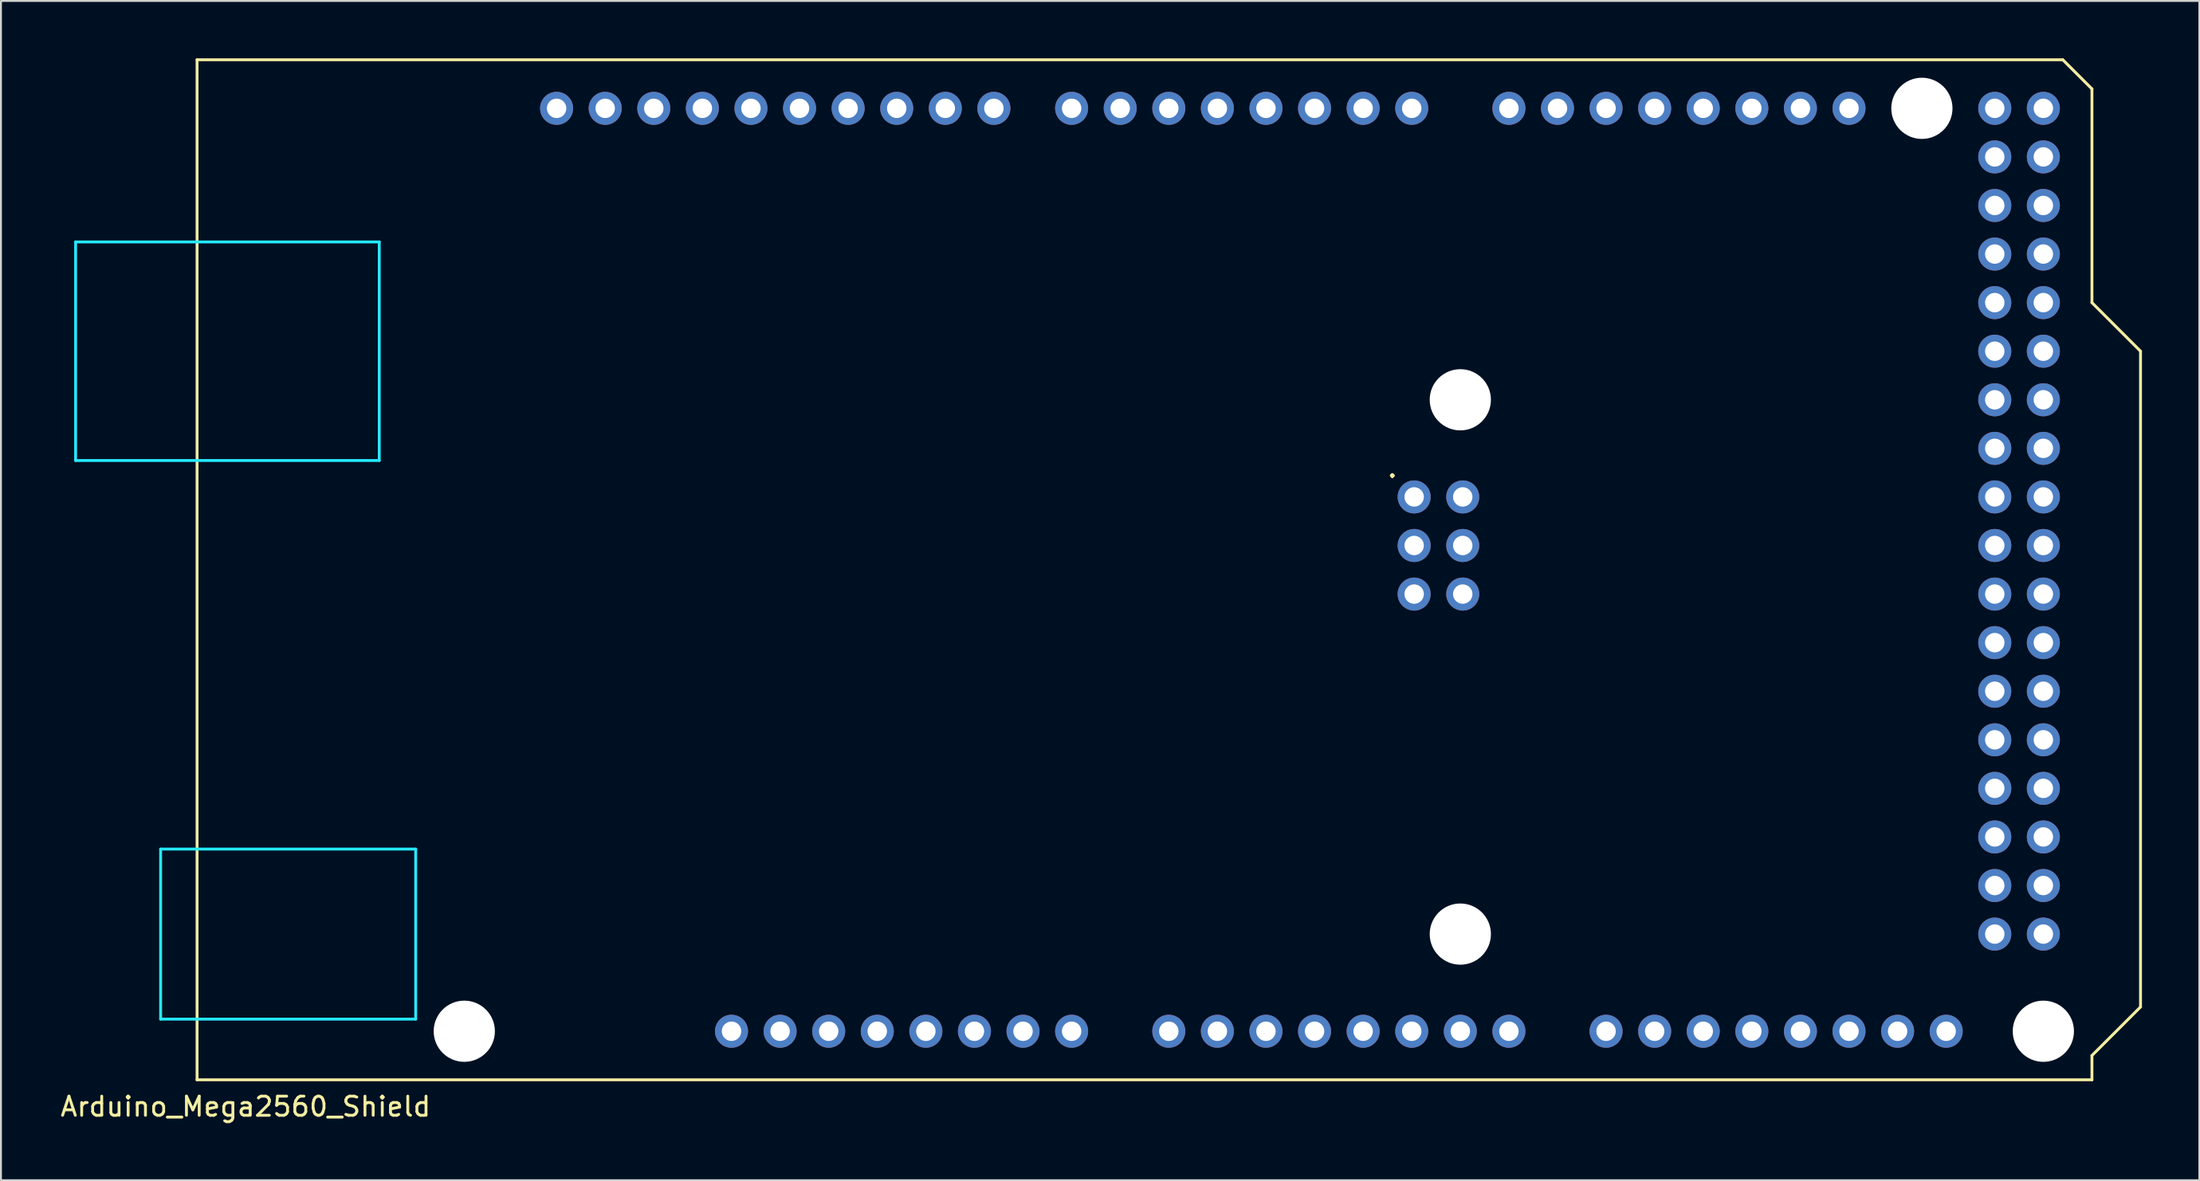
<source format=kicad_pcb>
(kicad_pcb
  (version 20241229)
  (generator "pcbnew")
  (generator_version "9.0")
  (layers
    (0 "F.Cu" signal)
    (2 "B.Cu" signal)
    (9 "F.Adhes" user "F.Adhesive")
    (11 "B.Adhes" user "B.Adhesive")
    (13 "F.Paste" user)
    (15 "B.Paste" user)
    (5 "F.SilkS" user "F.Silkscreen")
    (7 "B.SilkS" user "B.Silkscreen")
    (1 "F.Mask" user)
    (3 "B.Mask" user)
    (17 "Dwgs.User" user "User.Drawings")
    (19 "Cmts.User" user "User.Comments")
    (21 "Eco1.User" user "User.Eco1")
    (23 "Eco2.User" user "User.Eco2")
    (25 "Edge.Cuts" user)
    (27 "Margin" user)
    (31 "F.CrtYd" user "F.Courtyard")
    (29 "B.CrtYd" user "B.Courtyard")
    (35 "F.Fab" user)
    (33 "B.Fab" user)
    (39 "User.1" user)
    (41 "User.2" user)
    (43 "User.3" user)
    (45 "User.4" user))
  (footprint "Arduino_Mega2560_Shield"
    (layer "F.Cu")
    (at 7.252 53.415)
    (property "Reference" "Arduino_Mega2560_Shield" (at 2.54 1.4 0) (layer "F.SilkS") (effects (font (size 1 1) (thickness 0.15))))
    (attr through_hole)
    (fp_line (start 0 -53.34) (end 0 0) (stroke (width 0.15) (type solid)) (layer "F.SilkS"))
    (fp_line (start 0 -53.34) (end 97.536 -53.34) (stroke (width 0.15) (type solid)) (layer "F.SilkS"))
    (fp_line (start 0 0) (end 99.06 0) (stroke (width 0.15) (type solid)) (layer "F.SilkS"))
    (fp_line (start 97.536 -53.34) (end 99.06 -51.816) (stroke (width 0.15) (type solid)) (layer "F.SilkS"))
    (fp_line (start 99.06 -40.64) (end 99.06 -51.816) (stroke (width 0.15) (type solid)) (layer "F.SilkS"))
    (fp_line (start 99.06 -1.27) (end 101.6 -3.81) (stroke (width 0.15) (type solid)) (layer "F.SilkS"))
    (fp_line (start 99.06 0) (end 99.06 -1.27) (stroke (width 0.15) (type solid)) (layer "F.SilkS"))
    (fp_line (start 101.6 -38.1) (end 99.06 -40.64) (stroke (width 0.15) (type solid)) (layer "F.SilkS"))
    (fp_line (start 101.6 -3.81) (end 101.6 -38.1) (stroke (width 0.15) (type solid)) (layer "F.SilkS"))
    (fp_line (start -6.35 -43.815) (end -6.35 -32.385) (stroke (width 0.15) (type solid)) (layer "B.CrtYd"))
    (fp_line (start -1.905 -12.065) (end -1.905 -3.175) (stroke (width 0.15) (type solid)) (layer "B.CrtYd"))
    (fp_line (start -1.905 -12.065) (end 11.43 -12.065) (stroke (width 0.15) (type solid)) (layer "B.CrtYd"))
    (fp_line (start -1.905 -3.175) (end 11.43 -3.175) (stroke (width 0.15) (type solid)) (layer "B.CrtYd"))
    (fp_line (start 9.525 -43.815) (end -6.35 -43.815) (stroke (width 0.15) (type solid)) (layer "B.CrtYd"))
    (fp_line (start 9.525 -43.815) (end 9.525 -32.385) (stroke (width 0.15) (type solid)) (layer "B.CrtYd"))
    (fp_line (start 9.525 -32.385) (end -6.35 -32.385) (stroke (width 0.15) (type solid)) (layer "B.CrtYd"))
    (fp_line (start 11.43 -12.065) (end 11.43 -3.175) (stroke (width 0.15) (type solid)) (layer "B.CrtYd"))
    (fp_text user "." (at 62.484 -32.004 0) (layer "F.SilkS") (effects (font (size 1 1) (thickness 0.15))))
    (pad "" np_thru_hole circle (at 13.97 -2.54) (size 3.2 3.2) (drill 3.2) (layers "*.Cu" "*.Mask"))
    (pad "" thru_hole oval (at 27.94 -2.54) (size 1.727 1.727) (drill 1.016) (layers "*.Cu" "*.Mask"))
    (pad "" np_thru_hole circle (at 66.04 -35.56) (size 3.2 3.2) (drill 3.2) (layers "*.Cu" "*.Mask"))
    (pad "" np_thru_hole circle (at 66.04 -7.62) (size 3.2 3.2) (drill 3.2) (layers "*.Cu" "*.Mask"))
    (pad "" np_thru_hole circle (at 90.17 -50.8) (size 3.2 3.2) (drill 3.2) (layers "*.Cu" "*.Mask"))
    (pad "" np_thru_hole circle (at 96.52 -2.54) (size 3.2 3.2) (drill 3.2) (layers "*.Cu" "*.Mask"))
    (pad "3V3" thru_hole oval (at 35.56 -2.54) (size 1.727 1.727) (drill 1.016) (layers "*.Cu" "*.Mask"))
    (pad "5V1" thru_hole oval (at 38.1 -2.54) (size 1.727 1.727) (drill 1.016) (layers "*.Cu" "*.Mask"))
    (pad "5V2" thru_hole oval (at 66.167 -30.48) (size 1.727 1.727) (drill 1.016) (layers "*.Cu" "*.Mask"))
    (pad "5V3" thru_hole oval (at 93.98 -50.8) (size 1.727 1.727) (drill 1.016) (layers "*.Cu" "*.Mask"))
    (pad "5V4" thru_hole oval (at 96.52 -50.8) (size 1.727 1.727) (drill 1.016) (layers "*.Cu" "*.Mask"))
    (pad "A0" thru_hole oval (at 50.8 -2.54) (size 1.727 1.727) (drill 1.016) (layers "*.Cu" "*.Mask"))
    (pad "A1" thru_hole oval (at 53.34 -2.54) (size 1.727 1.727) (drill 1.016) (layers "*.Cu" "*.Mask"))
    (pad "A2" thru_hole oval (at 55.88 -2.54) (size 1.727 1.727) (drill 1.016) (layers "*.Cu" "*.Mask"))
    (pad "A3" thru_hole oval (at 58.42 -2.54) (size 1.727 1.727) (drill 1.016) (layers "*.Cu" "*.Mask"))
    (pad "A4" thru_hole oval (at 60.96 -2.54) (size 1.727 1.727) (drill 1.016) (layers "*.Cu" "*.Mask"))
    (pad "A5" thru_hole oval (at 63.5 -2.54) (size 1.727 1.727) (drill 1.016) (layers "*.Cu" "*.Mask"))
    (pad "A6" thru_hole oval (at 66.04 -2.54) (size 1.727 1.727) (drill 1.016) (layers "*.Cu" "*.Mask"))
    (pad "A7" thru_hole oval (at 68.58 -2.54) (size 1.727 1.727) (drill 1.016) (layers "*.Cu" "*.Mask"))
    (pad "A8" thru_hole oval (at 73.66 -2.54) (size 1.727 1.727) (drill 1.016) (layers "*.Cu" "*.Mask"))
    (pad "A9" thru_hole oval (at 76.2 -2.54) (size 1.727 1.727) (drill 1.016) (layers "*.Cu" "*.Mask"))
    (pad "A10" thru_hole oval (at 78.74 -2.54) (size 1.727 1.727) (drill 1.016) (layers "*.Cu" "*.Mask"))
    (pad "A11" thru_hole oval (at 81.28 -2.54) (size 1.727 1.727) (drill 1.016) (layers "*.Cu" "*.Mask"))
    (pad "A12" thru_hole oval (at 83.82 -2.54) (size 1.727 1.727) (drill 1.016) (layers "*.Cu" "*.Mask"))
    (pad "A13" thru_hole oval (at 86.36 -2.54) (size 1.727 1.727) (drill 1.016) (layers "*.Cu" "*.Mask"))
    (pad "A14" thru_hole oval (at 88.9 -2.54) (size 1.727 1.727) (drill 1.016) (layers "*.Cu" "*.Mask"))
    (pad "A15" thru_hole oval (at 91.44 -2.54) (size 1.727 1.727) (drill 1.016) (layers "*.Cu" "*.Mask"))
    (pad "AREF" thru_hole oval (at 23.876 -50.8) (size 1.727 1.727) (drill 1.016) (layers "*.Cu" "*.Mask"))
    (pad "D0" thru_hole oval (at 63.5 -50.8) (size 1.727 1.727) (drill 1.016) (layers "*.Cu" "*.Mask"))
    (pad "D1" thru_hole oval (at 60.96 -50.8) (size 1.727 1.727) (drill 1.016) (layers "*.Cu" "*.Mask"))
    (pad "D2" thru_hole oval (at 58.42 -50.8) (size 1.727 1.727) (drill 1.016) (layers "*.Cu" "*.Mask"))
    (pad "D3" thru_hole oval (at 55.88 -50.8) (size 1.727 1.727) (drill 1.016) (layers "*.Cu" "*.Mask"))
    (pad "D4" thru_hole oval (at 53.34 -50.8) (size 1.727 1.727) (drill 1.016) (layers "*.Cu" "*.Mask"))
    (pad "D5" thru_hole oval (at 50.8 -50.8) (size 1.727 1.727) (drill 1.016) (layers "*.Cu" "*.Mask"))
    (pad "D6" thru_hole oval (at 48.26 -50.8) (size 1.727 1.727) (drill 1.016) (layers "*.Cu" "*.Mask"))
    (pad "D7" thru_hole oval (at 45.72 -50.8) (size 1.727 1.727) (drill 1.016) (layers "*.Cu" "*.Mask"))
    (pad "D8" thru_hole oval (at 41.656 -50.8) (size 1.727 1.727) (drill 1.016) (layers "*.Cu" "*.Mask"))
    (pad "D9" thru_hole oval (at 39.116 -50.8) (size 1.727 1.727) (drill 1.016) (layers "*.Cu" "*.Mask"))
    (pad "D10" thru_hole oval (at 36.576 -50.8) (size 1.727 1.727) (drill 1.016) (layers "*.Cu" "*.Mask"))
    (pad "D11" thru_hole oval (at 34.036 -50.8) (size 1.727 1.727) (drill 1.016) (layers "*.Cu" "*.Mask"))
    (pad "D12" thru_hole oval (at 31.496 -50.8) (size 1.727 1.727) (drill 1.016) (layers "*.Cu" "*.Mask"))
    (pad "D13" thru_hole oval (at 28.956 -50.8) (size 1.727 1.727) (drill 1.016) (layers "*.Cu" "*.Mask"))
    (pad "D14" thru_hole oval (at 68.58 -50.8) (size 1.727 1.727) (drill 1.016) (layers "*.Cu" "*.Mask"))
    (pad "D15" thru_hole oval (at 71.12 -50.8) (size 1.727 1.727) (drill 1.016) (layers "*.Cu" "*.Mask"))
    (pad "D16" thru_hole oval (at 73.66 -50.8) (size 1.727 1.727) (drill 1.016) (layers "*.Cu" "*.Mask"))
    (pad "D17" thru_hole oval (at 76.2 -50.8) (size 1.727 1.727) (drill 1.016) (layers "*.Cu" "*.Mask"))
    (pad "D18" thru_hole oval (at 78.74 -50.8) (size 1.727 1.727) (drill 1.016) (layers "*.Cu" "*.Mask"))
    (pad "D19" thru_hole oval (at 81.28 -50.8) (size 1.727 1.727) (drill 1.016) (layers "*.Cu" "*.Mask"))
    (pad "D20" thru_hole oval (at 83.82 -50.8) (size 1.727 1.727) (drill 1.016) (layers "*.Cu" "*.Mask"))
    (pad "D21" thru_hole oval (at 86.36 -50.8) (size 1.727 1.727) (drill 1.016) (layers "*.Cu" "*.Mask"))
    (pad "D22" thru_hole oval (at 93.98 -48.26) (size 1.727 1.727) (drill 1.016) (layers "*.Cu" "*.Mask"))
    (pad "D23" thru_hole oval (at 96.52 -48.26) (size 1.727 1.727) (drill 1.016) (layers "*.Cu" "*.Mask"))
    (pad "D24" thru_hole oval (at 93.98 -45.72) (size 1.727 1.727) (drill 1.016) (layers "*.Cu" "*.Mask"))
    (pad "D25" thru_hole oval (at 96.52 -45.72) (size 1.727 1.727) (drill 1.016) (layers "*.Cu" "*.Mask"))
    (pad "D26" thru_hole oval (at 93.98 -43.18) (size 1.727 1.727) (drill 1.016) (layers "*.Cu" "*.Mask"))
    (pad "D27" thru_hole oval (at 96.52 -43.18) (size 1.727 1.727) (drill 1.016) (layers "*.Cu" "*.Mask"))
    (pad "D28" thru_hole oval (at 93.98 -40.64) (size 1.727 1.727) (drill 1.016) (layers "*.Cu" "*.Mask"))
    (pad "D29" thru_hole oval (at 96.52 -40.64) (size 1.727 1.727) (drill 1.016) (layers "*.Cu" "*.Mask"))
    (pad "D30" thru_hole oval (at 93.98 -38.1) (size 1.727 1.727) (drill 1.016) (layers "*.Cu" "*.Mask"))
    (pad "D31" thru_hole oval (at 96.52 -38.1) (size 1.727 1.727) (drill 1.016) (layers "*.Cu" "*.Mask"))
    (pad "D32" thru_hole oval (at 93.98 -35.56) (size 1.727 1.727) (drill 1.016) (layers "*.Cu" "*.Mask"))
    (pad "D33" thru_hole oval (at 96.52 -35.56) (size 1.727 1.727) (drill 1.016) (layers "*.Cu" "*.Mask"))
    (pad "D34" thru_hole oval (at 93.98 -33.02) (size 1.727 1.727) (drill 1.016) (layers "*.Cu" "*.Mask"))
    (pad "D35" thru_hole oval (at 96.52 -33.02) (size 1.727 1.727) (drill 1.016) (layers "*.Cu" "*.Mask"))
    (pad "D36" thru_hole oval (at 93.98 -30.48) (size 1.727 1.727) (drill 1.016) (layers "*.Cu" "*.Mask"))
    (pad "D37" thru_hole oval (at 96.52 -30.48) (size 1.727 1.727) (drill 1.016) (layers "*.Cu" "*.Mask"))
    (pad "D38" thru_hole oval (at 93.98 -27.94) (size 1.727 1.727) (drill 1.016) (layers "*.Cu" "*.Mask"))
    (pad "D39" thru_hole oval (at 96.52 -27.94) (size 1.727 1.727) (drill 1.016) (layers "*.Cu" "*.Mask"))
    (pad "D40" thru_hole oval (at 93.98 -25.4) (size 1.727 1.727) (drill 1.016) (layers "*.Cu" "*.Mask"))
    (pad "D41" thru_hole oval (at 96.52 -25.4) (size 1.727 1.727) (drill 1.016) (layers "*.Cu" "*.Mask"))
    (pad "D42" thru_hole oval (at 93.98 -22.86) (size 1.727 1.727) (drill 1.016) (layers "*.Cu" "*.Mask"))
    (pad "D43" thru_hole oval (at 96.52 -22.86) (size 1.727 1.727) (drill 1.016) (layers "*.Cu" "*.Mask"))
    (pad "D44" thru_hole oval (at 93.98 -20.32) (size 1.727 1.727) (drill 1.016) (layers "*.Cu" "*.Mask"))
    (pad "D45" thru_hole oval (at 96.52 -20.32) (size 1.727 1.727) (drill 1.016) (layers "*.Cu" "*.Mask"))
    (pad "D46" thru_hole oval (at 93.98 -17.78) (size 1.727 1.727) (drill 1.016) (layers "*.Cu" "*.Mask"))
    (pad "D47" thru_hole oval (at 96.52 -17.78) (size 1.727 1.727) (drill 1.016) (layers "*.Cu" "*.Mask"))
    (pad "D48" thru_hole oval (at 93.98 -15.24) (size 1.727 1.727) (drill 1.016) (layers "*.Cu" "*.Mask"))
    (pad "D49" thru_hole oval (at 96.52 -15.24) (size 1.727 1.727) (drill 1.016) (layers "*.Cu" "*.Mask"))
    (pad "D50" thru_hole oval (at 93.98 -12.7) (size 1.727 1.727) (drill 1.016) (layers "*.Cu" "*.Mask"))
    (pad "D51" thru_hole oval (at 96.52 -12.7) (size 1.727 1.727) (drill 1.016) (layers "*.Cu" "*.Mask"))
    (pad "D52" thru_hole oval (at 93.98 -10.16) (size 1.727 1.727) (drill 1.016) (layers "*.Cu" "*.Mask"))
    (pad "D53" thru_hole oval (at 96.52 -10.16) (size 1.727 1.727) (drill 1.016) (layers "*.Cu" "*.Mask"))
    (pad "GND1" thru_hole oval (at 26.416 -50.8) (size 1.727 1.727) (drill 1.016) (layers "*.Cu" "*.Mask"))
    (pad "GND2" thru_hole oval (at 40.64 -2.54) (size 1.727 1.727) (drill 1.016) (layers "*.Cu" "*.Mask"))
    (pad "GND3" thru_hole oval (at 43.18 -2.54) (size 1.727 1.727) (drill 1.016) (layers "*.Cu" "*.Mask"))
    (pad "GND4" thru_hole oval (at 66.167 -25.4) (size 1.727 1.727) (drill 1.016) (layers "*.Cu" "*.Mask"))
    (pad "GND5" thru_hole oval (at 93.98 -7.62) (size 1.727 1.727) (drill 1.016) (layers "*.Cu" "*.Mask"))
    (pad "GND6" thru_hole oval (at 96.52 -7.62) (size 1.727 1.727) (drill 1.016) (layers "*.Cu" "*.Mask"))
    (pad "IORF" thru_hole oval (at 30.48 -2.54) (size 1.727 1.727) (drill 1.016) (layers "*.Cu" "*.Mask"))
    (pad "MISO" thru_hole oval (at 63.627 -30.48) (size 1.727 1.727) (drill 1.016) (layers "*.Cu" "*.Mask"))
    (pad "MOSI" thru_hole oval (at 66.167 -27.94) (size 1.727 1.727) (drill 1.016) (layers "*.Cu" "*.Mask"))
    (pad "RST1" thru_hole oval (at 33.02 -2.54) (size 1.727 1.727) (drill 1.016) (layers "*.Cu" "*.Mask"))
    (pad "RST2" thru_hole oval (at 63.627 -25.4) (size 1.727 1.727) (drill 1.016) (layers "*.Cu" "*.Mask"))
    (pad "SCK" thru_hole oval (at 63.627 -27.94) (size 1.727 1.727) (drill 1.016) (layers "*.Cu" "*.Mask"))
    (pad "SCL" thru_hole oval (at 18.796 -50.8) (size 1.727 1.727) (drill 1.016) (layers "*.Cu" "*.Mask"))
    (pad "SDA" thru_hole oval (at 21.336 -50.8) (size 1.727 1.727) (drill 1.016) (layers "*.Cu" "*.Mask"))
    (pad "VIN" thru_hole oval (at 45.72 -2.54) (size 1.727 1.727) (drill 1.016) (layers "*.Cu" "*.Mask")))
  (gr_rect
    (start -3 -3)
    (end 111.927 58.663)
    (stroke (width 0.1) (type default))
    (fill no)
    (layer "Edge.Cuts")))
</source>
